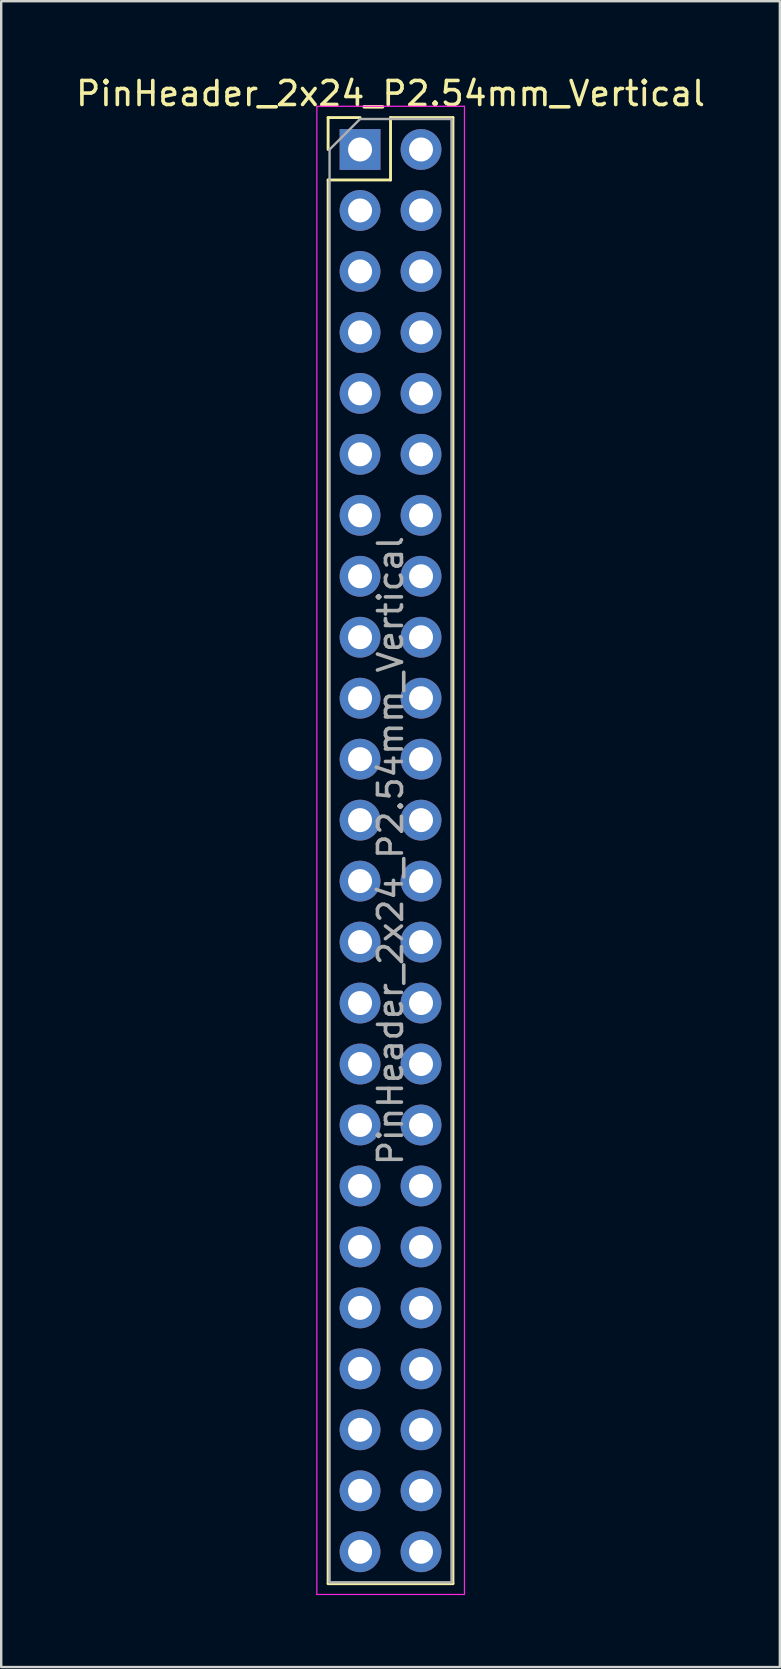
<source format=kicad_pcb>
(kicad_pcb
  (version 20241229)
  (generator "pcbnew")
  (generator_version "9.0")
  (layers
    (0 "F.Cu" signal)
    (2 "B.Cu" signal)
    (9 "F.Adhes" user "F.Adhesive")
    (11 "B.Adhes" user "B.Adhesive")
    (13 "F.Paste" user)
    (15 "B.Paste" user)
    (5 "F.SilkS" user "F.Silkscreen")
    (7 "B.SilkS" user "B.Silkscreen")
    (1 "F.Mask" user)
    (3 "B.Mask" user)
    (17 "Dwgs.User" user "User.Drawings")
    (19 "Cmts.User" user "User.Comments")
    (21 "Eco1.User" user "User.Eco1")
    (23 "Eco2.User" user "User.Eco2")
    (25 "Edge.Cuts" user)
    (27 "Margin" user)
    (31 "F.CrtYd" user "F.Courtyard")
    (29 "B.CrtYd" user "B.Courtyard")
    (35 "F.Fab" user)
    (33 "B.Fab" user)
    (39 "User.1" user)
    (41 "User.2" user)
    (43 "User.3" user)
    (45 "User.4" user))
  (footprint "PinHeader_2x24_P2.54mm_Vertical"
    (layer "F.Cu")
    (at 11.95 3.178)
    (property "Reference" "PinHeader_2x24_P2.54mm_Vertical" (at 1.27 -2.33 0) (layer "F.SilkS") (effects (font (size 1 1) (thickness 0.15))))
    (attr through_hole)
    (fp_line (start -1.33 -1.33) (end 0 -1.33) (stroke (width 0.12) (type solid)) (layer "F.SilkS"))
    (fp_line (start -1.33 0) (end -1.33 -1.33) (stroke (width 0.12) (type solid)) (layer "F.SilkS"))
    (fp_line (start -1.33 1.27) (end -1.33 59.75) (stroke (width 0.12) (type solid)) (layer "F.SilkS"))
    (fp_line (start -1.33 1.27) (end 1.27 1.27) (stroke (width 0.12) (type solid)) (layer "F.SilkS"))
    (fp_line (start -1.33 59.75) (end 3.87 59.75) (stroke (width 0.12) (type solid)) (layer "F.SilkS"))
    (fp_line (start 1.27 -1.33) (end 3.87 -1.33) (stroke (width 0.12) (type solid)) (layer "F.SilkS"))
    (fp_line (start 1.27 1.27) (end 1.27 -1.33) (stroke (width 0.12) (type solid)) (layer "F.SilkS"))
    (fp_line (start 3.87 -1.33) (end 3.87 59.75) (stroke (width 0.12) (type solid)) (layer "F.SilkS"))
    (fp_line (start -1.8 -1.8) (end -1.8 60.2) (stroke (width 0.05) (type solid)) (layer "F.CrtYd"))
    (fp_line (start -1.8 60.2) (end 4.35 60.2) (stroke (width 0.05) (type solid)) (layer "F.CrtYd"))
    (fp_line (start 4.35 -1.8) (end -1.8 -1.8) (stroke (width 0.05) (type solid)) (layer "F.CrtYd"))
    (fp_line (start 4.35 60.2) (end 4.35 -1.8) (stroke (width 0.05) (type solid)) (layer "F.CrtYd"))
    (fp_line (start -1.27 0) (end 0 -1.27) (stroke (width 0.1) (type solid)) (layer "F.Fab"))
    (fp_line (start -1.27 59.69) (end -1.27 0) (stroke (width 0.1) (type solid)) (layer "F.Fab"))
    (fp_line (start 0 -1.27) (end 3.81 -1.27) (stroke (width 0.1) (type solid)) (layer "F.Fab"))
    (fp_line (start 3.81 -1.27) (end 3.81 59.69) (stroke (width 0.1) (type solid)) (layer "F.Fab"))
    (fp_line (start 3.81 59.69) (end -1.27 59.69) (stroke (width 0.1) (type solid)) (layer "F.Fab"))
    (fp_text user "${REFERENCE}" (at 1.27 29.21 90) (layer "F.Fab") (effects (font (size 1 1) (thickness 0.15))))
    (pad "1" thru_hole rect (at 0 0) (size 1.7 1.7) (drill 1) (layers "*.Cu" "*.Mask"))
    (pad "2" thru_hole oval (at 2.54 0) (size 1.7 1.7) (drill 1) (layers "*.Cu" "*.Mask"))
    (pad "3" thru_hole oval (at 0 2.54) (size 1.7 1.7) (drill 1) (layers "*.Cu" "*.Mask"))
    (pad "4" thru_hole oval (at 2.54 2.54) (size 1.7 1.7) (drill 1) (layers "*.Cu" "*.Mask"))
    (pad "5" thru_hole oval (at 0 5.08) (size 1.7 1.7) (drill 1) (layers "*.Cu" "*.Mask"))
    (pad "6" thru_hole oval (at 2.54 5.08) (size 1.7 1.7) (drill 1) (layers "*.Cu" "*.Mask"))
    (pad "7" thru_hole oval (at 0 7.62) (size 1.7 1.7) (drill 1) (layers "*.Cu" "*.Mask"))
    (pad "8" thru_hole oval (at 2.54 7.62) (size 1.7 1.7) (drill 1) (layers "*.Cu" "*.Mask"))
    (pad "9" thru_hole oval (at 0 10.16) (size 1.7 1.7) (drill 1) (layers "*.Cu" "*.Mask"))
    (pad "10" thru_hole oval (at 2.54 10.16) (size 1.7 1.7) (drill 1) (layers "*.Cu" "*.Mask"))
    (pad "11" thru_hole oval (at 0 12.7) (size 1.7 1.7) (drill 1) (layers "*.Cu" "*.Mask"))
    (pad "12" thru_hole oval (at 2.54 12.7) (size 1.7 1.7) (drill 1) (layers "*.Cu" "*.Mask"))
    (pad "13" thru_hole oval (at 0 15.24) (size 1.7 1.7) (drill 1) (layers "*.Cu" "*.Mask"))
    (pad "14" thru_hole oval (at 2.54 15.24) (size 1.7 1.7) (drill 1) (layers "*.Cu" "*.Mask"))
    (pad "15" thru_hole oval (at 0 17.78) (size 1.7 1.7) (drill 1) (layers "*.Cu" "*.Mask"))
    (pad "16" thru_hole oval (at 2.54 17.78) (size 1.7 1.7) (drill 1) (layers "*.Cu" "*.Mask"))
    (pad "17" thru_hole oval (at 0 20.32) (size 1.7 1.7) (drill 1) (layers "*.Cu" "*.Mask"))
    (pad "18" thru_hole oval (at 2.54 20.32) (size 1.7 1.7) (drill 1) (layers "*.Cu" "*.Mask"))
    (pad "19" thru_hole oval (at 0 22.86) (size 1.7 1.7) (drill 1) (layers "*.Cu" "*.Mask"))
    (pad "20" thru_hole oval (at 2.54 22.86) (size 1.7 1.7) (drill 1) (layers "*.Cu" "*.Mask"))
    (pad "21" thru_hole oval (at 0 25.4) (size 1.7 1.7) (drill 1) (layers "*.Cu" "*.Mask"))
    (pad "22" thru_hole oval (at 2.54 25.4) (size 1.7 1.7) (drill 1) (layers "*.Cu" "*.Mask"))
    (pad "23" thru_hole oval (at 0 27.94) (size 1.7 1.7) (drill 1) (layers "*.Cu" "*.Mask"))
    (pad "24" thru_hole oval (at 2.54 27.94) (size 1.7 1.7) (drill 1) (layers "*.Cu" "*.Mask"))
    (pad "25" thru_hole oval (at 0 30.48) (size 1.7 1.7) (drill 1) (layers "*.Cu" "*.Mask"))
    (pad "26" thru_hole oval (at 2.54 30.48) (size 1.7 1.7) (drill 1) (layers "*.Cu" "*.Mask"))
    (pad "27" thru_hole oval (at 0 33.02) (size 1.7 1.7) (drill 1) (layers "*.Cu" "*.Mask"))
    (pad "28" thru_hole oval (at 2.54 33.02) (size 1.7 1.7) (drill 1) (layers "*.Cu" "*.Mask"))
    (pad "29" thru_hole oval (at 0 35.56) (size 1.7 1.7) (drill 1) (layers "*.Cu" "*.Mask"))
    (pad "30" thru_hole oval (at 2.54 35.56) (size 1.7 1.7) (drill 1) (layers "*.Cu" "*.Mask"))
    (pad "31" thru_hole oval (at 0 38.1) (size 1.7 1.7) (drill 1) (layers "*.Cu" "*.Mask"))
    (pad "32" thru_hole oval (at 2.54 38.1) (size 1.7 1.7) (drill 1) (layers "*.Cu" "*.Mask"))
    (pad "33" thru_hole oval (at 0 40.64) (size 1.7 1.7) (drill 1) (layers "*.Cu" "*.Mask"))
    (pad "34" thru_hole oval (at 2.54 40.64) (size 1.7 1.7) (drill 1) (layers "*.Cu" "*.Mask"))
    (pad "35" thru_hole oval (at 0 43.18) (size 1.7 1.7) (drill 1) (layers "*.Cu" "*.Mask"))
    (pad "36" thru_hole oval (at 2.54 43.18) (size 1.7 1.7) (drill 1) (layers "*.Cu" "*.Mask"))
    (pad "37" thru_hole oval (at 0 45.72) (size 1.7 1.7) (drill 1) (layers "*.Cu" "*.Mask"))
    (pad "38" thru_hole oval (at 2.54 45.72) (size 1.7 1.7) (drill 1) (layers "*.Cu" "*.Mask"))
    (pad "39" thru_hole oval (at 0 48.26) (size 1.7 1.7) (drill 1) (layers "*.Cu" "*.Mask"))
    (pad "40" thru_hole oval (at 2.54 48.26) (size 1.7 1.7) (drill 1) (layers "*.Cu" "*.Mask"))
    (pad "41" thru_hole oval (at 0 50.8) (size 1.7 1.7) (drill 1) (layers "*.Cu" "*.Mask"))
    (pad "42" thru_hole oval (at 2.54 50.8) (size 1.7 1.7) (drill 1) (layers "*.Cu" "*.Mask"))
    (pad "43" thru_hole oval (at 0 53.34) (size 1.7 1.7) (drill 1) (layers "*.Cu" "*.Mask"))
    (pad "44" thru_hole oval (at 2.54 53.34) (size 1.7 1.7) (drill 1) (layers "*.Cu" "*.Mask"))
    (pad "45" thru_hole oval (at 0 55.88) (size 1.7 1.7) (drill 1) (layers "*.Cu" "*.Mask"))
    (pad "46" thru_hole oval (at 2.54 55.88) (size 1.7 1.7) (drill 1) (layers "*.Cu" "*.Mask"))
    (pad "47" thru_hole oval (at 0 58.42) (size 1.7 1.7) (drill 1) (layers "*.Cu" "*.Mask"))
    (pad "48" thru_hole oval (at 2.54 58.42) (size 1.7 1.7) (drill 1) (layers "*.Cu" "*.Mask")))
  (gr_rect
    (start -3 -3)
    (end 29.44 66.403)
    (stroke (width 0.1) (type default))
    (fill no)
    (layer "Edge.Cuts")))
</source>
